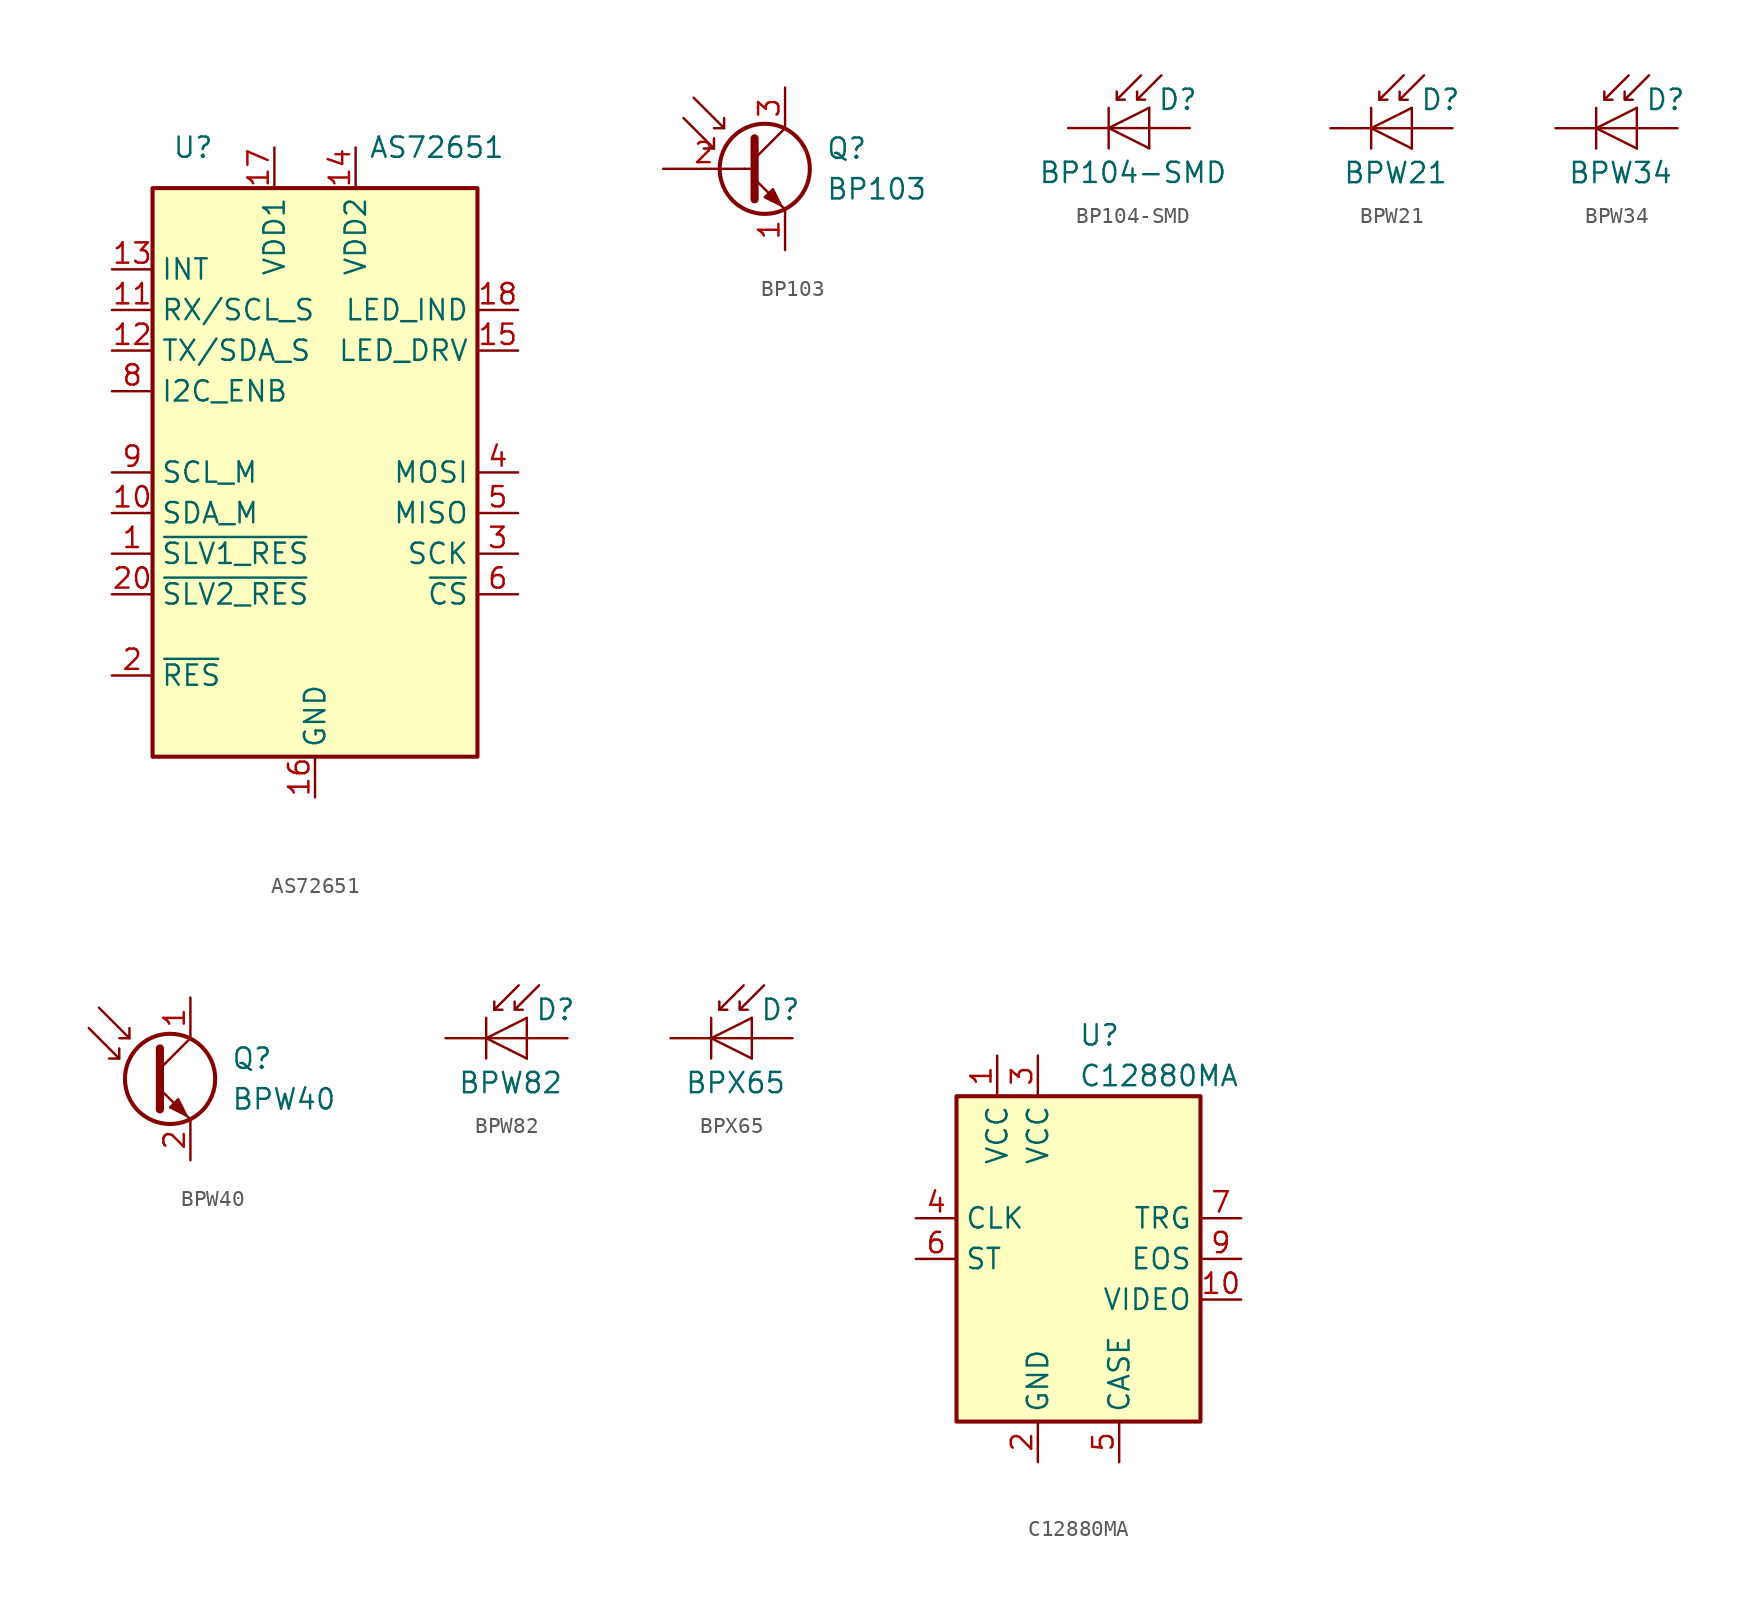
<source format=kicad_sym>
(kicad_symbol_lib
  (version 20201005)
  (generator kicad_symbol_editor)
  (symbol "Sensor_Optical:AS72651"
    (property "Reference" "U"
      (at -7.62 20.32 0)
      (effects (font (size 1.27 1.27))))
    (property "Value" "AS72651"
      (at 7.62 20.32 0)
      (effects (font (size 1.27 1.27))))
    (symbol "AS72651_0_1"
      (rectangle (start 10.16 -17.78) (end -10.16 17.78) (stroke (width 0.254)) (fill (type background))))
    (symbol "AS72651_1_1"
      (pin output line (at -12.7 -5.08 0) (length 2.54) (name "~SLV1_RES" (effects (font (size 1.27 1.27)))) (number "1" (effects (font (size 1.27 1.27)))))
      (pin bidirectional line (at -12.7 -2.54 0) (length 2.54) (name "SDA_M" (effects (font (size 1.27 1.27)))) (number "10" (effects (font (size 1.27 1.27)))))
      (pin input line (at -12.7 10.16 0) (length 2.54) (name "RX/SCL_S" (effects (font (size 1.27 1.27)))) (number "11" (effects (font (size 1.27 1.27)))))
      (pin bidirectional line (at -12.7 7.62 0) (length 2.54) (name "TX/SDA_S" (effects (font (size 1.27 1.27)))) (number "12" (effects (font (size 1.27 1.27)))))
      (pin output line (at -12.7 12.7 0) (length 2.54) (name "INT" (effects (font (size 1.27 1.27)))) (number "13" (effects (font (size 1.27 1.27)))))
      (pin power_in line (at 2.54 20.32 270) (length 2.54) (name "VDD2" (effects (font (size 1.27 1.27)))) (number "14" (effects (font (size 1.27 1.27)))))
      (pin output line (at 12.7 7.62 180) (length 2.54) (name "LED_DRV" (effects (font (size 1.27 1.27)))) (number "15" (effects (font (size 1.27 1.27)))))
      (pin power_in line (at 0 -20.32 90) (length 2.54) (name "GND" (effects (font (size 1.27 1.27)))) (number "16" (effects (font (size 1.27 1.27)))))
      (pin power_in line (at -2.54 20.32 270) (length 2.54) (name "VDD1" (effects (font (size 1.27 1.27)))) (number "17" (effects (font (size 1.27 1.27)))))
      (pin output line (at 12.7 10.16 180) (length 2.54) (name "LED_IND" (effects (font (size 1.27 1.27)))) (number "18" (effects (font (size 1.27 1.27)))))
      (pin no_connect line (at 10.16 -12.7 180) (length 2.54) hide (name "NC" (effects (font (size 1.27 1.27)))) (number "19" (effects (font (size 1.27 1.27)))))
      (pin input line (at -12.7 -12.7 0) (length 2.54) (name "~RES" (effects (font (size 1.27 1.27)))) (number "2" (effects (font (size 1.27 1.27)))))
      (pin output line (at -12.7 -7.62 0) (length 2.54) (name "~SLV2_RES" (effects (font (size 1.27 1.27)))) (number "20" (effects (font (size 1.27 1.27)))))
      (pin output line (at 12.7 -5.08 180) (length 2.54) (name "SCK" (effects (font (size 1.27 1.27)))) (number "3" (effects (font (size 1.27 1.27)))))
      (pin output line (at 12.7 0 180) (length 2.54) (name "MOSI" (effects (font (size 1.27 1.27)))) (number "4" (effects (font (size 1.27 1.27)))))
      (pin input line (at 12.7 -2.54 180) (length 2.54) (name "MISO" (effects (font (size 1.27 1.27)))) (number "5" (effects (font (size 1.27 1.27)))))
      (pin output line (at 12.7 -7.62 180) (length 2.54) (name "~CS" (effects (font (size 1.27 1.27)))) (number "6" (effects (font (size 1.27 1.27)))))
      (pin no_connect line (at 10.16 -10.16 180) (length 2.54) hide (name "NC" (effects (font (size 1.27 1.27)))) (number "7" (effects (font (size 1.27 1.27)))))
      (pin input line (at -12.7 5.08 0) (length 2.54) (name "I2C_ENB" (effects (font (size 1.27 1.27)))) (number "8" (effects (font (size 1.27 1.27)))))
      (pin output line (at -12.7 0 0) (length 2.54) (name "SCL_M" (effects (font (size 1.27 1.27)))) (number "9" (effects (font (size 1.27 1.27)))))))
  (symbol "Sensor_Optical:BP103"
    (pin_names
      (offset 0) hide)
    (property "Reference" "Q"
      (at 5.08 1.27 0)
      (effects (font (size 1.27 1.27)) (justify left)))
    (property "Value" "BP103"
      (at 5.08 -1.27 0)
      (effects (font (size 1.27 1.27)) (justify left)))
    (symbol "BP103_0_0"
      (polyline (pts (xy 0 0) (xy 0.635 0)) (stroke (width 0)) (fill (type none))))
    (symbol "BP103_0_1"
      (circle (center 1.27 0) (radius 2.819) (stroke (width 0.254)) (fill (type none)))
      (polyline (pts (xy -1.905 1.27) (xy -2.54 1.27)) (stroke (width 0)) (fill (type none)))
      (polyline (pts (xy -1.27 2.54) (xy -1.905 2.54)) (stroke (width 0)) (fill (type none)))
      (polyline (pts (xy 0.635 0.635) (xy 2.54 2.54)) (stroke (width 0)) (fill (type none)))
      (polyline (pts (xy -3.81 3.175) (xy -1.905 1.27) (xy -1.905 1.905)) (stroke (width 0)) (fill (type none)))
      (polyline (pts (xy -3.175 4.445) (xy -1.27 2.54) (xy -1.27 3.175)) (stroke (width 0)) (fill (type none)))
      (polyline (pts (xy 0.635 -0.635) (xy 2.54 -2.54) (xy 2.54 -2.54)) (stroke (width 0)) (fill (type none)))
      (polyline (pts (xy 0.635 1.905) (xy 0.635 -1.905) (xy 0.635 -1.905)) (stroke (width 0.508)) (fill (type none)))
      (polyline (pts (xy 1.27 -1.778) (xy 1.778 -1.27) (xy 2.286 -2.286) (xy 1.27 -1.778) (xy 1.27 -1.778)) (stroke (width 0)) (fill (type outline))))
    (symbol "BP103_1_1"
      (pin passive line (at 2.54 -5.08 90) (length 2.54) (name "E" (effects (font (size 1.27 1.27)))) (number "1" (effects (font (size 1.27 1.27)))))
      (pin input line (at -5.08 0 0) (length 5.08) (name "B" (effects (font (size 1.27 1.27)))) (number "2" (effects (font (size 1.27 1.27)))))
      (pin passive line (at 2.54 5.08 270) (length 2.54) (name "C" (effects (font (size 1.27 1.27)))) (number "3" (effects (font (size 1.27 1.27)))))))
  (symbol "Sensor_Optical:BP104-SMD"
    (pin_numbers hide)
    (pin_names
      (offset 1.016) hide)
    (property "Reference" "D"
      (at 0.508 1.778 0)
      (effects (font (size 1.27 1.27)) (justify left)))
    (property "Value" "BP104-SMD"
      (at -1.016 -2.794 0)
      (effects (font (size 1.27 1.27))))
    (symbol "BP104-SMD_0_1"
      (polyline (pts (xy -2.54 1.27) (xy -2.54 -1.27)) (stroke (width 0.152)) (fill (type none)))
      (polyline (pts (xy -2.032 1.778) (xy -1.524 1.778)) (stroke (width 0)) (fill (type none)))
      (polyline (pts (xy 0 -1.27) (xy 0 1.27)) (stroke (width 0)) (fill (type none)))
      (polyline (pts (xy 0 0) (xy -2.54 0)) (stroke (width 0)) (fill (type none)))
      (polyline (pts (xy -0.508 3.302) (xy -2.032 1.778) (xy -2.032 2.286)) (stroke (width 0)) (fill (type none)))
      (polyline (pts (xy 0 1.27) (xy -2.54 0) (xy 0 -1.27)) (stroke (width 0)) (fill (type none)))
      (polyline (pts (xy 0.762 3.302) (xy -0.762 1.778) (xy -0.762 2.286) (xy -0.762 1.778) (xy -0.254 1.778)) (stroke (width 0)) (fill (type none))))
    (symbol "BP104-SMD_1_1"
      (pin passive line (at -5.08 0 0) (length 2.54) (name "K" (effects (font (size 1.27 1.27)))) (number "1" (effects (font (size 1.27 1.27)))))
      (pin passive line (at 2.54 0 180) (length 2.54) (name "A" (effects (font (size 1.27 1.27)))) (number "2" (effects (font (size 1.27 1.27)))))))
  (symbol "Sensor_Optical:BPW21"
    (pin_numbers hide)
    (pin_names hide)
    (property "Reference" "D"
      (at 0.508 1.778 0)
      (effects (font (size 1.27 1.27)) (justify left)))
    (property "Value" "BPW21"
      (at -1.016 -2.794 0)
      (effects (font (size 1.27 1.27))))
    (symbol "BPW21_0_1"
      (polyline (pts (xy -2.54 1.27) (xy -2.54 -1.27)) (stroke (width 0.152)) (fill (type none)))
      (polyline (pts (xy -2.032 1.778) (xy -1.524 1.778)) (stroke (width 0)) (fill (type none)))
      (polyline (pts (xy 0 0) (xy -2.54 0)) (stroke (width 0)) (fill (type none)))
      (polyline (pts (xy 0 1.27) (xy 0 -1.27)) (stroke (width 0)) (fill (type none)))
      (polyline (pts (xy -0.508 3.302) (xy -2.032 1.778) (xy -2.032 2.286)) (stroke (width 0)) (fill (type none)))
      (polyline (pts (xy 0 1.27) (xy -2.54 0) (xy 0 -1.27)) (stroke (width 0)) (fill (type none)))
      (polyline (pts (xy 0.762 3.302) (xy -0.762 1.778) (xy -0.762 2.286) (xy -0.762 1.778) (xy -0.254 1.778)) (stroke (width 0)) (fill (type none))))
    (symbol "BPW21_1_1"
      (pin passive line (at 2.54 0 180) (length 2.54) (name "A" (effects (font (size 1.27 1.27)))) (number "1" (effects (font (size 1.27 1.27)))))
      (pin passive line (at -5.08 0 0) (length 2.54) (name "K" (effects (font (size 1.27 1.27)))) (number "2" (effects (font (size 1.27 1.27)))))))
  (symbol "Sensor_Optical:BPW34"
    (pin_numbers hide)
    (pin_names
      (offset 1.016) hide)
    (property "Reference" "D"
      (at 0.508 1.778 0)
      (effects (font (size 1.27 1.27)) (justify left)))
    (property "Value" "BPW34"
      (at -1.016 -2.794 0)
      (effects (font (size 1.27 1.27))))
    (symbol "BPW34_0_1"
      (polyline (pts (xy -2.54 1.27) (xy -2.54 -1.27)) (stroke (width 0.152)) (fill (type none)))
      (polyline (pts (xy -2.032 1.778) (xy -1.524 1.778)) (stroke (width 0)) (fill (type none)))
      (polyline (pts (xy 0 -1.27) (xy 0 1.27)) (stroke (width 0)) (fill (type none)))
      (polyline (pts (xy 0 0) (xy -2.54 0)) (stroke (width 0)) (fill (type none)))
      (polyline (pts (xy -0.508 3.302) (xy -2.032 1.778) (xy -2.032 2.286)) (stroke (width 0)) (fill (type none)))
      (polyline (pts (xy 0 1.27) (xy -2.54 0) (xy 0 -1.27)) (stroke (width 0)) (fill (type none)))
      (polyline (pts (xy 0.762 3.302) (xy -0.762 1.778) (xy -0.762 2.286) (xy -0.762 1.778) (xy -0.254 1.778)) (stroke (width 0)) (fill (type none))))
    (symbol "BPW34_1_1"
      (pin passive line (at -5.08 0 0) (length 2.54) (name "K" (effects (font (size 1.27 1.27)))) (number "1" (effects (font (size 1.27 1.27)))))
      (pin passive line (at 2.54 0 180) (length 2.54) (name "A" (effects (font (size 1.27 1.27)))) (number "2" (effects (font (size 1.27 1.27)))))))
  (symbol "Sensor_Optical:BPW40"
    (pin_names
      (offset 0) hide)
    (property "Reference" "Q"
      (at 5.08 1.27 0)
      (effects (font (size 1.27 1.27)) (justify left)))
    (property "Value" "BPW40"
      (at 5.08 -1.27 0)
      (effects (font (size 1.27 1.27)) (justify left)))
    (symbol "BPW40_0_1"
      (circle (center 1.27 0) (radius 2.819) (stroke (width 0.254)) (fill (type none)))
      (polyline (pts (xy -1.905 1.27) (xy -2.54 1.27)) (stroke (width 0)) (fill (type none)))
      (polyline (pts (xy -1.27 2.54) (xy -1.905 2.54)) (stroke (width 0)) (fill (type none)))
      (polyline (pts (xy 0.635 0.635) (xy 2.54 2.54)) (stroke (width 0)) (fill (type none)))
      (polyline (pts (xy -3.81 3.175) (xy -1.905 1.27) (xy -1.905 1.905)) (stroke (width 0)) (fill (type none)))
      (polyline (pts (xy -3.175 4.445) (xy -1.27 2.54) (xy -1.27 3.175)) (stroke (width 0)) (fill (type none)))
      (polyline (pts (xy 0.635 -0.635) (xy 2.54 -2.54) (xy 2.54 -2.54)) (stroke (width 0)) (fill (type none)))
      (polyline (pts (xy 0.635 1.905) (xy 0.635 -1.905) (xy 0.635 -1.905)) (stroke (width 0.508)) (fill (type none)))
      (polyline (pts (xy 1.27 -1.778) (xy 1.778 -1.27) (xy 2.286 -2.286) (xy 1.27 -1.778) (xy 1.27 -1.778)) (stroke (width 0)) (fill (type outline))))
    (symbol "BPW40_1_1"
      (pin passive line (at 2.54 5.08 270) (length 2.54) (name "C" (effects (font (size 1.27 1.27)))) (number "1" (effects (font (size 1.27 1.27)))))
      (pin passive line (at 2.54 -5.08 90) (length 2.54) (name "E" (effects (font (size 1.27 1.27)))) (number "2" (effects (font (size 1.27 1.27)))))))
  (symbol "Sensor_Optical:BPW82"
    (pin_numbers hide)
    (pin_names hide)
    (property "Reference" "D"
      (at 0.508 1.778 0)
      (effects (font (size 1.27 1.27)) (justify left)))
    (property "Value" "BPW82"
      (at -1.016 -2.794 0)
      (effects (font (size 1.27 1.27))))
    (symbol "BPW82_0_1"
      (polyline (pts (xy -2.54 1.27) (xy -2.54 -1.27)) (stroke (width 0.152)) (fill (type none)))
      (polyline (pts (xy -2.032 1.778) (xy -1.524 1.778)) (stroke (width 0)) (fill (type none)))
      (polyline (pts (xy 0 0) (xy -2.54 0)) (stroke (width 0)) (fill (type none)))
      (polyline (pts (xy 0 1.27) (xy 0 -1.27)) (stroke (width 0)) (fill (type none)))
      (polyline (pts (xy -0.508 3.302) (xy -2.032 1.778) (xy -2.032 2.286)) (stroke (width 0)) (fill (type none)))
      (polyline (pts (xy 0 1.27) (xy -2.54 0) (xy 0 -1.27)) (stroke (width 0)) (fill (type none)))
      (polyline (pts (xy 0.762 3.302) (xy -0.762 1.778) (xy -0.762 2.286) (xy -0.762 1.778) (xy -0.254 1.778)) (stroke (width 0)) (fill (type none))))
    (symbol "BPW82_1_1"
      (pin passive line (at -5.08 0 0) (length 2.54) (name "K" (effects (font (size 1.27 1.27)))) (number "1" (effects (font (size 1.27 1.27)))))
      (pin passive line (at 2.54 0 180) (length 2.54) (name "A" (effects (font (size 1.27 1.27)))) (number "2" (effects (font (size 1.27 1.27)))))))
  (symbol "Sensor_Optical:BPX65"
    (pin_numbers hide)
    (pin_names
      (offset 1.016) hide)
    (property "Reference" "D"
      (at 0.508 1.778 0)
      (effects (font (size 1.27 1.27)) (justify left)))
    (property "Value" "BPX65"
      (at -1.016 -2.794 0)
      (effects (font (size 1.27 1.27))))
    (symbol "BPX65_0_1"
      (polyline (pts (xy -2.54 1.27) (xy -2.54 -1.27)) (stroke (width 0.152)) (fill (type none)))
      (polyline (pts (xy -2.032 1.778) (xy -1.524 1.778)) (stroke (width 0)) (fill (type none)))
      (polyline (pts (xy 0 -1.27) (xy 0 1.27)) (stroke (width 0)) (fill (type none)))
      (polyline (pts (xy 0 0) (xy -2.54 0)) (stroke (width 0)) (fill (type none)))
      (polyline (pts (xy -0.508 3.302) (xy -2.032 1.778) (xy -2.032 2.286)) (stroke (width 0)) (fill (type none)))
      (polyline (pts (xy 0 1.27) (xy -2.54 0) (xy 0 -1.27)) (stroke (width 0)) (fill (type none)))
      (polyline (pts (xy 0.762 3.302) (xy -0.762 1.778) (xy -0.762 2.286) (xy -0.762 1.778) (xy -0.254 1.778)) (stroke (width 0)) (fill (type none))))
    (symbol "BPX65_1_1"
      (pin passive line (at -5.08 0 0) (length 2.54) (name "K" (effects (font (size 1.27 1.27)))) (number "1" (effects (font (size 1.27 1.27)))))
      (pin passive line (at 2.54 0 180) (length 2.54) (name "A" (effects (font (size 1.27 1.27)))) (number "2" (effects (font (size 1.27 1.27)))))))
  (symbol "Sensor_Optical:C12880MA"
    (property "Reference" "U"
      (at 0 13.97 0)
      (effects (font (size 1.27 1.27)) (justify left)))
    (property "Value" "C12880MA"
      (at 0 11.43 0)
      (effects (font (size 1.27 1.27)) (justify left)))
    (symbol "C12880MA_0_1"
      (rectangle (start -7.62 10.16) (end 7.62 -10.16) (stroke (width 0.254)) (fill (type background))))
    (symbol "C12880MA_1_1"
      (pin power_in line (at -5.08 12.7 270) (length 2.54) (name "VCC" (effects (font (size 1.27 1.27)))) (number "1" (effects (font (size 1.27 1.27)))))
      (pin output line (at 10.16 -2.54 180) (length 2.54) (name "VIDEO" (effects (font (size 1.27 1.27)))) (number "10" (effects (font (size 1.27 1.27)))))
      (pin power_in line (at -2.54 -12.7 90) (length 2.54) (name "GND" (effects (font (size 1.27 1.27)))) (number "2" (effects (font (size 1.27 1.27)))))
      (pin power_in line (at -2.54 12.7 270) (length 2.54) (name "VCC" (effects (font (size 1.27 1.27)))) (number "3" (effects (font (size 1.27 1.27)))))
      (pin input line (at -10.16 2.54 0) (length 2.54) (name "CLK" (effects (font (size 1.27 1.27)))) (number "4" (effects (font (size 1.27 1.27)))))
      (pin passive line (at 2.54 -12.7 90) (length 2.54) (name "CASE" (effects (font (size 1.27 1.27)))) (number "5" (effects (font (size 1.27 1.27)))))
      (pin input line (at -10.16 0 0) (length 2.54) (name "ST" (effects (font (size 1.27 1.27)))) (number "6" (effects (font (size 1.27 1.27)))))
      (pin output line (at 10.16 2.54 180) (length 2.54) (name "TRG" (effects (font (size 1.27 1.27)))) (number "7" (effects (font (size 1.27 1.27)))))
      (pin no_connect line (at -7.62 -2.54 0) (length 2.54) hide (name "NC" (effects (font (size 1.27 1.27)))) (number "8" (effects (font (size 1.27 1.27)))))
      (pin output line (at 10.16 0 180) (length 2.54) (name "EOS" (effects (font (size 1.27 1.27)))) (number "9" (effects (font (size 1.27 1.27))))))))
</source>
